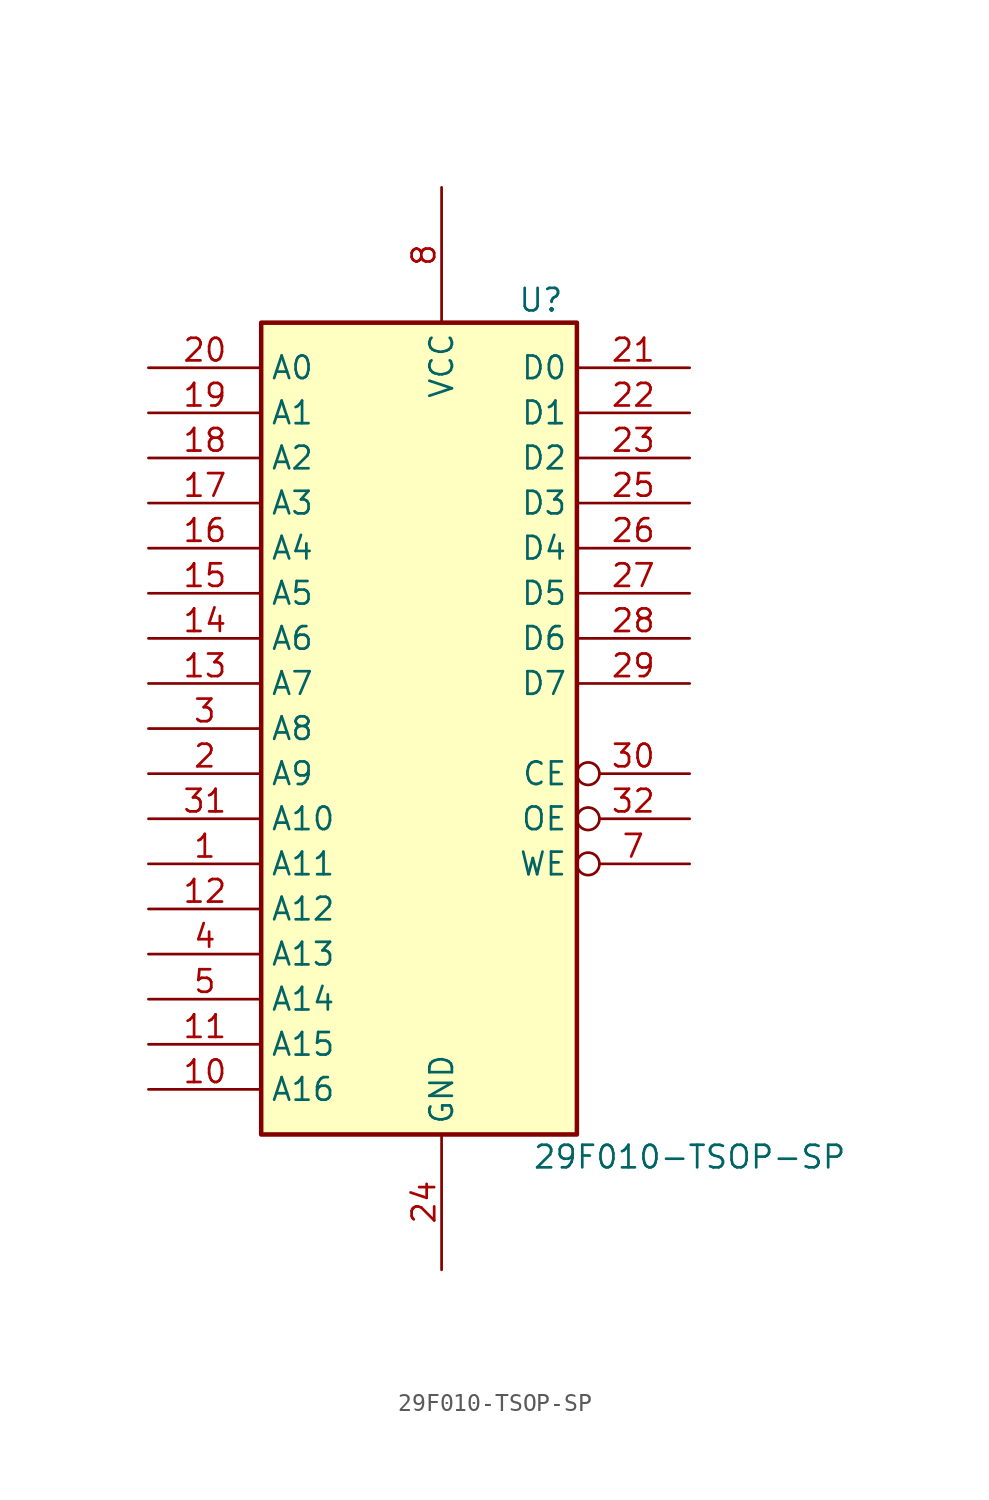
<source format=kicad_sym>
(kicad_symbol_lib
  (version 20201005)
  (generator kicad_symbol_editor)
  (symbol "29F010-TSOP-SP"
    (property "Reference" "U"
      (at 6.858 24.13 0)
      (effects (font (size 1.27 1.27))))
    (property "Value" "29F010-TSOP-SP"
      (at 15.24 -24.13 0)
      (effects (font (size 1.27 1.27))))
    (symbol "29F010-TSOP-SP_0_1"
      (rectangle (start -8.89 -22.86) (end 8.89 22.86) (stroke (width 0.254)) (fill (type background))))
    (symbol "29F010-TSOP-SP_1_1"
      (pin input line (at -15.24 -7.62 0) (length 6.35) (name "A11" (effects (font (size 1.27 1.27)))) (number "1" (effects (font (size 1.27 1.27)))))
      (pin input line (at -15.24 -20.32 0) (length 6.35) (name "A16" (effects (font (size 1.27 1.27)))) (number "10" (effects (font (size 1.27 1.27)))))
      (pin input line (at -15.24 -17.78 0) (length 6.35) (name "A15" (effects (font (size 1.27 1.27)))) (number "11" (effects (font (size 1.27 1.27)))))
      (pin input line (at -15.24 -10.16 0) (length 6.35) (name "A12" (effects (font (size 1.27 1.27)))) (number "12" (effects (font (size 1.27 1.27)))))
      (pin input line (at -15.24 2.54 0) (length 6.35) (name "A7" (effects (font (size 1.27 1.27)))) (number "13" (effects (font (size 1.27 1.27)))))
      (pin input line (at -15.24 5.08 0) (length 6.35) (name "A6" (effects (font (size 1.27 1.27)))) (number "14" (effects (font (size 1.27 1.27)))))
      (pin input line (at -15.24 7.62 0) (length 6.35) (name "A5" (effects (font (size 1.27 1.27)))) (number "15" (effects (font (size 1.27 1.27)))))
      (pin input line (at -15.24 10.16 0) (length 6.35) (name "A4" (effects (font (size 1.27 1.27)))) (number "16" (effects (font (size 1.27 1.27)))))
      (pin input line (at -15.24 12.7 0) (length 6.35) (name "A3" (effects (font (size 1.27 1.27)))) (number "17" (effects (font (size 1.27 1.27)))))
      (pin input line (at -15.24 15.24 0) (length 6.35) (name "A2" (effects (font (size 1.27 1.27)))) (number "18" (effects (font (size 1.27 1.27)))))
      (pin input line (at -15.24 17.78 0) (length 6.35) (name "A1" (effects (font (size 1.27 1.27)))) (number "19" (effects (font (size 1.27 1.27)))))
      (pin input line (at -15.24 -2.54 0) (length 6.35) (name "A9" (effects (font (size 1.27 1.27)))) (number "2" (effects (font (size 1.27 1.27)))))
      (pin input line (at -15.24 20.32 0) (length 6.35) (name "A0" (effects (font (size 1.27 1.27)))) (number "20" (effects (font (size 1.27 1.27)))))
      (pin tri_state line (at 15.24 20.32 180) (length 6.35) (name "D0" (effects (font (size 1.27 1.27)))) (number "21" (effects (font (size 1.27 1.27)))))
      (pin tri_state line (at 15.24 17.78 180) (length 6.35) (name "D1" (effects (font (size 1.27 1.27)))) (number "22" (effects (font (size 1.27 1.27)))))
      (pin tri_state line (at 15.24 15.24 180) (length 6.35) (name "D2" (effects (font (size 1.27 1.27)))) (number "23" (effects (font (size 1.27 1.27)))))
      (pin input line (at 1.27 -30.48 90) (length 7.62) (name "GND" (effects (font (size 1.27 1.27)))) (number "24" (effects (font (size 1.27 1.27)))))
      (pin tri_state line (at 15.24 12.7 180) (length 6.35) (name "D3" (effects (font (size 1.27 1.27)))) (number "25" (effects (font (size 1.27 1.27)))))
      (pin tri_state line (at 15.24 10.16 180) (length 6.35) (name "D4" (effects (font (size 1.27 1.27)))) (number "26" (effects (font (size 1.27 1.27)))))
      (pin tri_state line (at 15.24 7.62 180) (length 6.35) (name "D5" (effects (font (size 1.27 1.27)))) (number "27" (effects (font (size 1.27 1.27)))))
      (pin tri_state line (at 15.24 5.08 180) (length 6.35) (name "D6" (effects (font (size 1.27 1.27)))) (number "28" (effects (font (size 1.27 1.27)))))
      (pin tri_state line (at 15.24 2.54 180) (length 6.35) (name "D7" (effects (font (size 1.27 1.27)))) (number "29" (effects (font (size 1.27 1.27)))))
      (pin input line (at -15.24 0 0) (length 6.35) (name "A8" (effects (font (size 1.27 1.27)))) (number "3" (effects (font (size 1.27 1.27)))))
      (pin input inverted (at 15.24 -2.54 180) (length 6.35) (name "CE" (effects (font (size 1.27 1.27)))) (number "30" (effects (font (size 1.27 1.27)))))
      (pin input line (at -15.24 -5.08 0) (length 6.35) (name "A10" (effects (font (size 1.27 1.27)))) (number "31" (effects (font (size 1.27 1.27)))))
      (pin input inverted (at 15.24 -5.08 180) (length 6.35) (name "OE" (effects (font (size 1.27 1.27)))) (number "32" (effects (font (size 1.27 1.27)))))
      (pin input line (at -15.24 -12.7 0) (length 6.35) (name "A13" (effects (font (size 1.27 1.27)))) (number "4" (effects (font (size 1.27 1.27)))))
      (pin input line (at -15.24 -15.24 0) (length 6.35) (name "A14" (effects (font (size 1.27 1.27)))) (number "5" (effects (font (size 1.27 1.27)))))
      (pin input inverted (at 15.24 -7.62 180) (length 6.35) (name "WE" (effects (font (size 1.27 1.27)))) (number "7" (effects (font (size 1.27 1.27)))))
      (pin input line (at 1.27 30.48 270) (length 7.62) (name "VCC" (effects (font (size 1.27 1.27)))) (number "8" (effects (font (size 1.27 1.27))))))))
</source>
